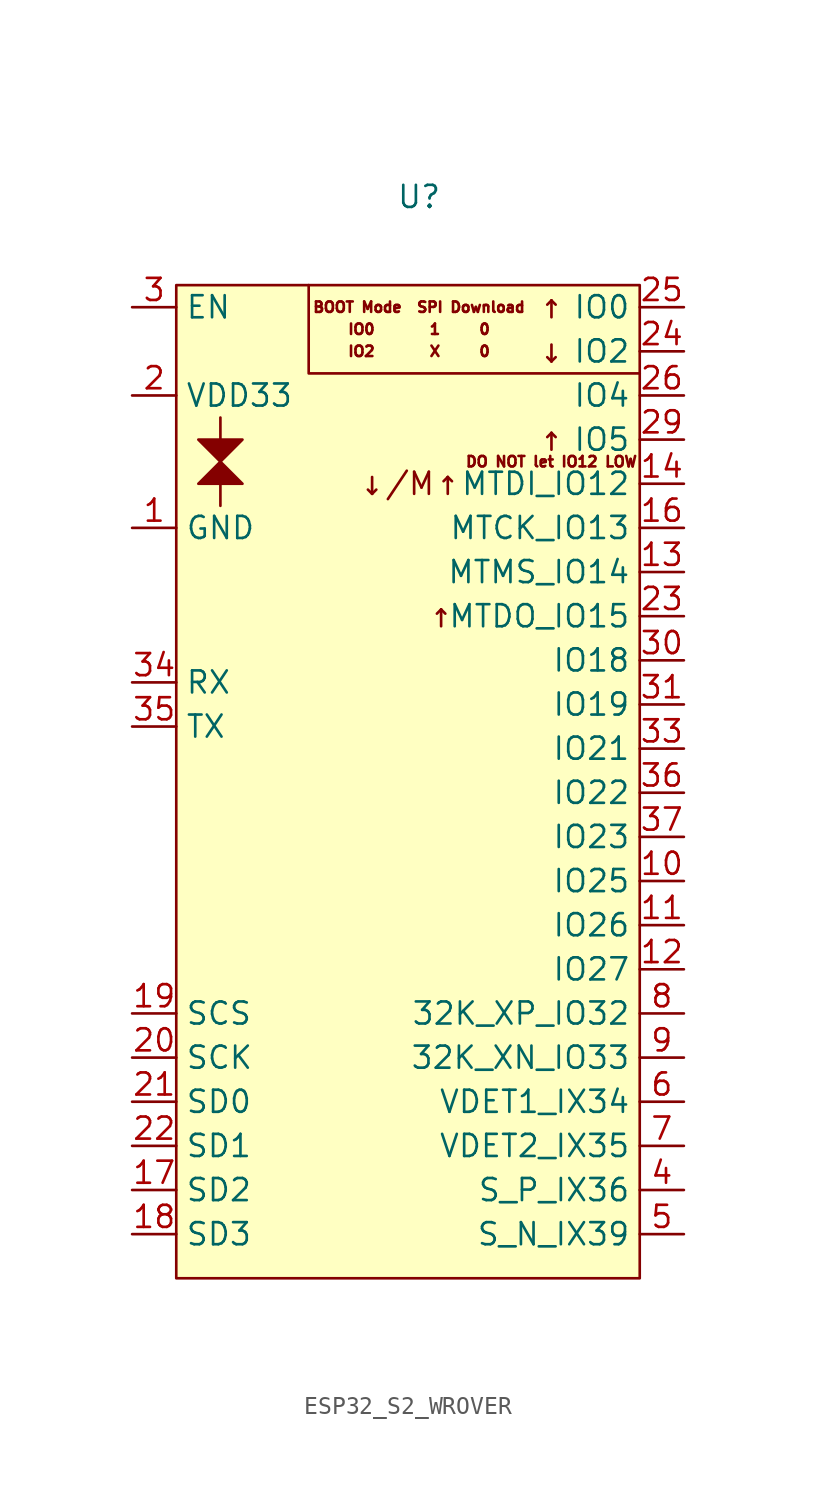
<source format=kicad_sym>
(kicad_symbol_lib
  (version 20211014)
  (generator kicad_symbol_editor)
  (symbol "ESP32_S2_WROVER"
    (property "Reference" "U"
      (at 0 3.81 0)
      (effects (font (size 1.27 1.27))))
    (symbol "ESP32_S2_WROVER_0_0"
      (polyline (pts (xy -11.43 -12.7) (xy -11.43 -13.97)) (stroke (width 0.152) (type default) (color 0 0 0 0)) (fill (type none)))
      (polyline (pts (xy -11.43 -10.16) (xy -11.43 -8.89)) (stroke (width 0.152) (type default) (color 0 0 0 0)) (fill (type none)))
      (polyline (pts (xy 12.7 -6.35) (xy -6.35 -6.35) (xy -6.35 -1.27)) (stroke (width 0.152) (type default) (color 0 0 0 0)) (fill (type none)))
      (polyline (pts (xy -11.43 -11.43) (xy -12.7 -10.16) (xy -10.16 -10.16) (xy -11.43 -11.43) (xy -12.7 -12.7) (xy -10.16 -12.7) (xy -11.43 -11.43)) (stroke (width 0.152) (type default) (color 0 0 0 0)) (fill (type outline)))
      (text "BOOT Mode  SPI Download" (at 0 -2.54 0) (effects (font (size 0.6 0.6))))
      (text "DO NOT let IO12 LOW" (at 7.62 -11.43 0) (effects (font (size 0.6 0.6))))
      (text "IO0       1     0" (at 0 -3.81 0) (effects (font (size 0.6 0.6))))
      (text "IO2       X     0" (at 0 -5.08 0) (effects (font (size 0.6 0.6))))
      (text "↑" (at 1.27 -20.32 0) (effects (font (size 1.27 1.27))))
      (text "↑" (at 7.62 -10.16 0) (effects (font (size 1.27 1.27))))
      (text "↑" (at 7.62 -2.54 0) (effects (font (size 1.27 1.27))))
      (text "↓" (at 7.62 -5.08 0) (effects (font (size 1.27 1.27))))
      (text "↓/M↑" (at 2.54 -12.7 0) (effects (font (size 1.27 1.27)) (justify right)))
      (pin passive line (at -16.51 -15.24 0) (length 2.54) (name "GND" (effects (font (size 1.27 1.27)))) (number "1" (effects (font (size 1.27 1.27)))))
      (pin bidirectional line (at 15.24 -35.56 180) (length 2.54) (name "IO25" (effects (font (size 1.27 1.27)))) (number "10" (effects (font (size 1.27 1.27)))))
      (pin bidirectional line (at 15.24 -38.1 180) (length 2.54) (name "IO26" (effects (font (size 1.27 1.27)))) (number "11" (effects (font (size 1.27 1.27)))))
      (pin bidirectional line (at 15.24 -40.64 180) (length 2.54) (name "IO27" (effects (font (size 1.27 1.27)))) (number "12" (effects (font (size 1.27 1.27)))))
      (pin bidirectional line (at 15.24 -17.78 180) (length 2.54) (name "MTMS_IO14" (effects (font (size 1.27 1.27)))) (number "13" (effects (font (size 1.27 1.27)))))
      (pin bidirectional line (at 15.24 -12.7 180) (length 2.54) (name "MTDI_IO12" (effects (font (size 1.27 1.27)))) (number "14" (effects (font (size 1.27 1.27)))))
      (pin passive line (at -16.51 -15.24 0) (length 2.54) hide (name "GND" (effects (font (size 1.27 1.27)))) (number "15" (effects (font (size 1.27 1.27)))))
      (pin bidirectional line (at 15.24 -15.24 180) (length 2.54) (name "MTCK_IO13" (effects (font (size 1.27 1.27)))) (number "16" (effects (font (size 1.27 1.27)))))
      (pin bidirectional line (at -16.51 -53.34 0) (length 2.54) (name "SD2" (effects (font (size 1.27 1.27)))) (number "17" (effects (font (size 1.27 1.27)))))
      (pin bidirectional line (at -16.51 -55.88 0) (length 2.54) (name "SD3" (effects (font (size 1.27 1.27)))) (number "18" (effects (font (size 1.27 1.27)))))
      (pin bidirectional line (at -16.51 -43.18 0) (length 2.54) (name "SCS" (effects (font (size 1.27 1.27)))) (number "19" (effects (font (size 1.27 1.27)))))
      (pin input line (at -16.51 -7.62 0) (length 2.54) (name "VDD33" (effects (font (size 1.27 1.27)))) (number "2" (effects (font (size 1.27 1.27)))))
      (pin bidirectional line (at -16.51 -45.72 0) (length 2.54) (name "SCK" (effects (font (size 1.27 1.27)))) (number "20" (effects (font (size 1.27 1.27)))))
      (pin bidirectional line (at -16.51 -48.26 0) (length 2.54) (name "SD0" (effects (font (size 1.27 1.27)))) (number "21" (effects (font (size 1.27 1.27)))))
      (pin bidirectional line (at -16.51 -50.8 0) (length 2.54) (name "SD1" (effects (font (size 1.27 1.27)))) (number "22" (effects (font (size 1.27 1.27)))))
      (pin bidirectional line (at 15.24 -20.32 180) (length 2.54) (name "MTDO_IO15" (effects (font (size 1.27 1.27)))) (number "23" (effects (font (size 1.27 1.27)))))
      (pin bidirectional line (at 15.24 -5.08 180) (length 2.54) (name "IO2" (effects (font (size 1.27 1.27)))) (number "24" (effects (font (size 1.27 1.27)))))
      (pin bidirectional line (at 15.24 -2.54 180) (length 2.54) (name "IO0" (effects (font (size 1.27 1.27)))) (number "25" (effects (font (size 1.27 1.27)))))
      (pin bidirectional line (at 15.24 -7.62 180) (length 2.54) (name "IO4" (effects (font (size 1.27 1.27)))) (number "26" (effects (font (size 1.27 1.27)))))
      (pin no_connect non_logic (at -3.81 -30.48 0) (length 2.54) hide (name "NC" (effects (font (size 1.27 1.27)))) (number "27" (effects (font (size 1.27 1.27)))))
      (pin no_connect non_logic (at -3.81 -25.4 0) (length 2.54) hide (name "NC" (effects (font (size 1.27 1.27)))) (number "28" (effects (font (size 1.27 1.27)))))
      (pin bidirectional line (at 15.24 -10.16 180) (length 2.54) (name "IO5" (effects (font (size 1.27 1.27)))) (number "29" (effects (font (size 1.27 1.27)))))
      (pin bidirectional line (at -16.51 -2.54 0) (length 2.54) (name "EN" (effects (font (size 1.27 1.27)))) (number "3" (effects (font (size 1.27 1.27)))))
      (pin bidirectional line (at 15.24 -22.86 180) (length 2.54) (name "IO18" (effects (font (size 1.27 1.27)))) (number "30" (effects (font (size 1.27 1.27)))))
      (pin bidirectional line (at 15.24 -25.4 180) (length 2.54) (name "IO19" (effects (font (size 1.27 1.27)))) (number "31" (effects (font (size 1.27 1.27)))))
      (pin no_connect non_logic (at -3.81 -27.94 0) (length 2.54) hide (name "NC" (effects (font (size 1.27 1.27)))) (number "32" (effects (font (size 1.27 1.27)))))
      (pin bidirectional line (at 15.24 -27.94 180) (length 2.54) (name "IO21" (effects (font (size 1.27 1.27)))) (number "33" (effects (font (size 1.27 1.27)))))
      (pin bidirectional line (at -16.51 -24.13 0) (length 2.54) (name "RX" (effects (font (size 1.27 1.27)))) (number "34" (effects (font (size 1.27 1.27)))))
      (pin bidirectional line (at -16.51 -26.67 0) (length 2.54) (name "TX" (effects (font (size 1.27 1.27)))) (number "35" (effects (font (size 1.27 1.27)))))
      (pin bidirectional line (at 15.24 -30.48 180) (length 2.54) (name "IO22" (effects (font (size 1.27 1.27)))) (number "36" (effects (font (size 1.27 1.27)))))
      (pin bidirectional line (at 15.24 -33.02 180) (length 2.54) (name "IO23" (effects (font (size 1.27 1.27)))) (number "37" (effects (font (size 1.27 1.27)))))
      (pin passive line (at -16.51 -15.24 0) (length 2.54) hide (name "GND" (effects (font (size 1.27 1.27)))) (number "38" (effects (font (size 1.27 1.27)))))
      (pin passive line (at -16.51 -15.24 0) (length 2.54) hide (name "GND" (effects (font (size 1.27 1.27)))) (number "39" (effects (font (size 1.27 1.27)))))
      (pin input line (at 15.24 -53.34 180) (length 2.54) (name "S_P_IX36" (effects (font (size 1.27 1.27)))) (number "4" (effects (font (size 1.27 1.27)))))
      (pin input line (at 15.24 -55.88 180) (length 2.54) (name "S_N_IX39" (effects (font (size 1.27 1.27)))) (number "5" (effects (font (size 1.27 1.27)))))
      (pin input line (at 15.24 -48.26 180) (length 2.54) (name "VDET1_IX34" (effects (font (size 1.27 1.27)))) (number "6" (effects (font (size 1.27 1.27)))))
      (pin input line (at 15.24 -50.8 180) (length 2.54) (name "VDET2_IX35" (effects (font (size 1.27 1.27)))) (number "7" (effects (font (size 1.27 1.27)))))
      (pin bidirectional line (at 15.24 -43.18 180) (length 2.54) (name "32K_XP_IO32" (effects (font (size 1.27 1.27)))) (number "8" (effects (font (size 1.27 1.27)))))
      (pin bidirectional line (at 15.24 -45.72 180) (length 2.54) (name "32K_XN_IO33" (effects (font (size 1.27 1.27)))) (number "9" (effects (font (size 1.27 1.27))))))
    (symbol "ESP32_S2_WROVER_0_1"
      (rectangle (start -13.97 -1.27) (end 12.7 -58.42) (stroke (width 0.152) (type default) (color 0 0 0 0)) (fill (type background))))))
</source>
